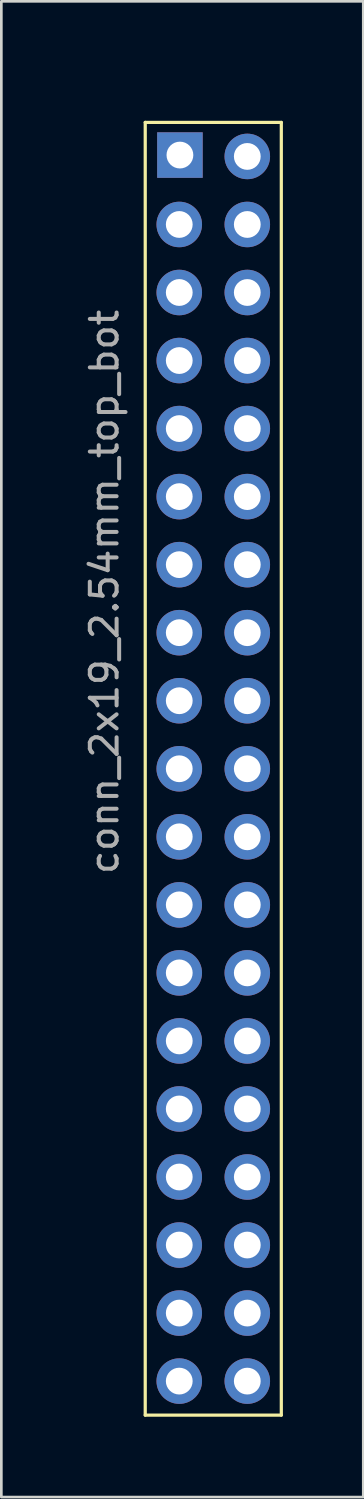
<source format=kicad_pcb>
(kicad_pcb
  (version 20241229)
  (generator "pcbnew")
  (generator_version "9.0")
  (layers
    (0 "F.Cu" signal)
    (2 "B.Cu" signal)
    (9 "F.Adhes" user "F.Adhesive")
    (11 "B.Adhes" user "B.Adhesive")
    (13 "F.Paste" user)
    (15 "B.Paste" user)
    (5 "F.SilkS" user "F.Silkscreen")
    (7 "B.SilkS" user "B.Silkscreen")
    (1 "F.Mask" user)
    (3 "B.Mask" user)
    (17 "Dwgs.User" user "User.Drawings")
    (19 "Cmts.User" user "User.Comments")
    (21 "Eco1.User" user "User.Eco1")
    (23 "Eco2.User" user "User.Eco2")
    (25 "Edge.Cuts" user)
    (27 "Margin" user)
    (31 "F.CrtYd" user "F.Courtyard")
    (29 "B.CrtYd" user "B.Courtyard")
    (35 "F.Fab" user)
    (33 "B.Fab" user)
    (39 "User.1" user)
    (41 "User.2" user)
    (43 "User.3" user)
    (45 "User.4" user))
  (footprint "conn_2x19_2.54mm_top_bot"
    (layer "F.Cu")
    (at 1.102 0.25)
    (property "Reference" "conn_2x19_2.54mm_top_bot" (at -0.254 18.796 90) (layer "F.Fab") (effects (font (size 1 1) (thickness 0.15))))
    (attr through_hole)
    (fp_line (start 1.27 1.27) (end 1.27 49.53) (stroke (width 0.12) (type solid)) (layer "F.SilkS"))
    (fp_line (start 1.27 49.53) (end 6.35 49.53) (stroke (width 0.12) (type solid)) (layer "F.SilkS"))
    (fp_line (start 6.35 1.27) (end 1.27 1.27) (stroke (width 0.12) (type solid)) (layer "F.SilkS"))
    (fp_line (start 6.35 49.53) (end 6.35 1.27) (stroke (width 0.12) (type solid)) (layer "F.SilkS"))
    (pad "1" thru_hole rect (at 2.565 2.489) (size 1.7 1.7) (drill 1) (layers "*.Cu" "*.Mask"))
    (pad "2" thru_hole oval (at 2.54 5.08) (size 1.7 1.7) (drill 1) (layers "*.Cu" "*.Mask"))
    (pad "3" thru_hole oval (at 2.54 7.62) (size 1.7 1.7) (drill 1) (layers "*.Cu" "*.Mask"))
    (pad "4" thru_hole oval (at 2.54 10.16) (size 1.7 1.7) (drill 1) (layers "*.Cu" "*.Mask"))
    (pad "5" thru_hole oval (at 2.54 12.7) (size 1.7 1.7) (drill 1) (layers "*.Cu" "*.Mask"))
    (pad "6" thru_hole oval (at 2.54 15.24) (size 1.7 1.7) (drill 1) (layers "*.Cu" "*.Mask"))
    (pad "7" thru_hole oval (at 2.54 17.78) (size 1.7 1.7) (drill 1) (layers "*.Cu" "*.Mask"))
    (pad "8" thru_hole oval (at 2.54 20.32) (size 1.7 1.7) (drill 1) (layers "*.Cu" "*.Mask"))
    (pad "9" thru_hole oval (at 2.54 22.86) (size 1.7 1.7) (drill 1) (layers "*.Cu" "*.Mask"))
    (pad "10" thru_hole oval (at 2.54 25.4) (size 1.7 1.7) (drill 1) (layers "*.Cu" "*.Mask"))
    (pad "11" thru_hole oval (at 2.54 27.94) (size 1.7 1.7) (drill 1) (layers "*.Cu" "*.Mask"))
    (pad "12" thru_hole oval (at 2.54 30.48) (size 1.7 1.7) (drill 1) (layers "*.Cu" "*.Mask"))
    (pad "13" thru_hole oval (at 2.54 33.02) (size 1.7 1.7) (drill 1) (layers "*.Cu" "*.Mask"))
    (pad "14" thru_hole oval (at 2.54 35.56) (size 1.7 1.7) (drill 1) (layers "*.Cu" "*.Mask"))
    (pad "15" thru_hole oval (at 2.54 38.1) (size 1.7 1.7) (drill 1) (layers "*.Cu" "*.Mask"))
    (pad "16" thru_hole oval (at 2.54 40.64) (size 1.7 1.7) (drill 1) (layers "*.Cu" "*.Mask"))
    (pad "17" thru_hole oval (at 2.54 43.18) (size 1.7 1.7) (drill 1) (layers "*.Cu" "*.Mask"))
    (pad "18" thru_hole oval (at 2.54 45.72) (size 1.7 1.7) (drill 1) (layers "*.Cu" "*.Mask"))
    (pad "19" thru_hole oval (at 2.54 48.26) (size 1.7 1.7) (drill 1) (layers "*.Cu" "*.Mask"))
    (pad "20" thru_hole oval (at 5.08 2.54) (size 1.7 1.7) (drill 1) (layers "*.Cu" "*.Mask"))
    (pad "21" thru_hole oval (at 5.08 5.08) (size 1.7 1.7) (drill 1) (layers "*.Cu" "*.Mask"))
    (pad "22" thru_hole oval (at 5.08 7.62) (size 1.7 1.7) (drill 1) (layers "*.Cu" "*.Mask"))
    (pad "23" thru_hole oval (at 5.08 10.16) (size 1.7 1.7) (drill 1) (layers "*.Cu" "*.Mask"))
    (pad "24" thru_hole oval (at 5.08 12.7) (size 1.7 1.7) (drill 1) (layers "*.Cu" "*.Mask"))
    (pad "25" thru_hole oval (at 5.08 15.24) (size 1.7 1.7) (drill 1) (layers "*.Cu" "*.Mask"))
    (pad "26" thru_hole oval (at 5.08 17.78) (size 1.7 1.7) (drill 1) (layers "*.Cu" "*.Mask"))
    (pad "27" thru_hole oval (at 5.08 20.32) (size 1.7 1.7) (drill 1) (layers "*.Cu" "*.Mask"))
    (pad "28" thru_hole oval (at 5.08 22.86) (size 1.7 1.7) (drill 1) (layers "*.Cu" "*.Mask"))
    (pad "29" thru_hole oval (at 5.08 25.4) (size 1.7 1.7) (drill 1) (layers "*.Cu" "*.Mask"))
    (pad "30" thru_hole oval (at 5.08 27.94) (size 1.7 1.7) (drill 1) (layers "*.Cu" "*.Mask"))
    (pad "31" thru_hole oval (at 5.08 30.48) (size 1.7 1.7) (drill 1) (layers "*.Cu" "*.Mask"))
    (pad "32" thru_hole oval (at 5.08 33.02) (size 1.7 1.7) (drill 1) (layers "*.Cu" "*.Mask"))
    (pad "33" thru_hole oval (at 5.08 35.56) (size 1.7 1.7) (drill 1) (layers "*.Cu" "*.Mask"))
    (pad "34" thru_hole oval (at 5.08 38.1) (size 1.7 1.7) (drill 1) (layers "*.Cu" "*.Mask"))
    (pad "35" thru_hole oval (at 5.08 40.64) (size 1.7 1.7) (drill 1) (layers "*.Cu" "*.Mask"))
    (pad "36" thru_hole oval (at 5.08 43.18) (size 1.7 1.7) (drill 1) (layers "*.Cu" "*.Mask"))
    (pad "37" thru_hole oval (at 5.08 45.72) (size 1.7 1.7) (drill 1) (layers "*.Cu" "*.Mask"))
    (pad "38" thru_hole oval (at 5.08 48.26) (size 1.7 1.7) (drill 1) (layers "*.Cu" "*.Mask")))
  (gr_rect
    (start -3 -3)
    (end 10.512 52.84)
    (stroke (width 0.1) (type default))
    (fill no)
    (layer "Edge.Cuts")))
</source>
